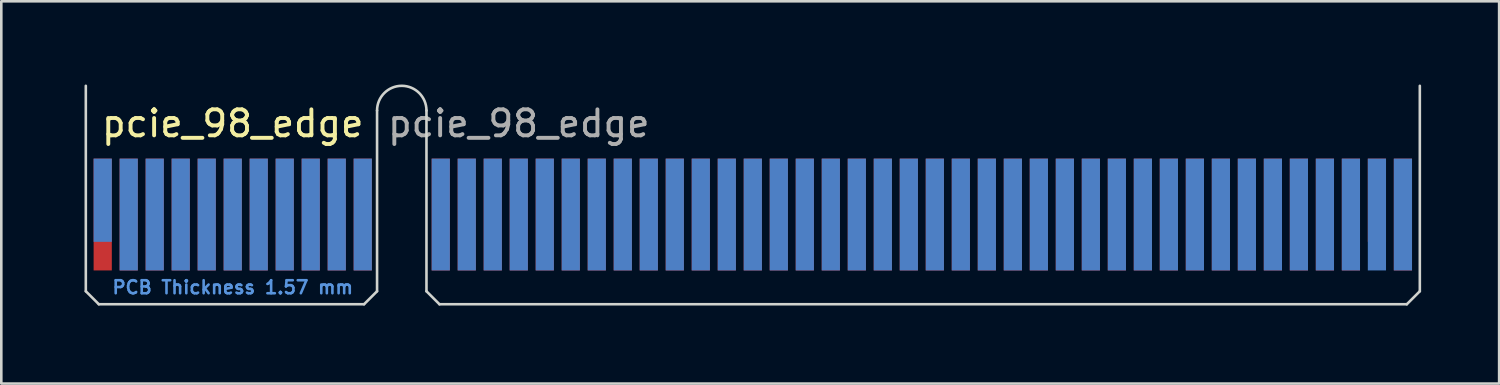
<source format=kicad_pcb>
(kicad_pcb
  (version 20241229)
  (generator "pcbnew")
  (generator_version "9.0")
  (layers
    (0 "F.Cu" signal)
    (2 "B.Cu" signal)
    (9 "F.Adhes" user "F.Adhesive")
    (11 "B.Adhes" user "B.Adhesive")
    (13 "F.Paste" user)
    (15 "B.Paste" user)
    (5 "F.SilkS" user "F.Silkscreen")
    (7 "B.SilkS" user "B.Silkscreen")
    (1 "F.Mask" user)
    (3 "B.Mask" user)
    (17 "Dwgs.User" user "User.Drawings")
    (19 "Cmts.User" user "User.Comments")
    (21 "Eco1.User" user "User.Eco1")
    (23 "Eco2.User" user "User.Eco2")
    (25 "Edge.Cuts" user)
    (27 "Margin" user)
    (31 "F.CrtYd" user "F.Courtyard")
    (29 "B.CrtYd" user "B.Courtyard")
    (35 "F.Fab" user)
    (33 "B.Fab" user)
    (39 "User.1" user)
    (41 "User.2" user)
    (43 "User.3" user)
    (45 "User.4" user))
  (footprint "pcie_98_edge"
    (layer "F.Cu")
    (at 0.25 0.25)
    (property "Reference" "pcie_98_edge" (at 5.65 1.45 0) (layer "F.SilkS") (effects (font (size 1 1) (thickness 0.15))))
    (attr exclude_from_pos_files exclude_from_bom)
    (fp_line (start 0 0) (end 0 7.9) (stroke (width 0.1) (type solid)) (layer "Edge.Cuts"))
    (fp_line (start 0 7.9) (end 0.5 8.4) (stroke (width 0.1) (type solid)) (layer "Edge.Cuts"))
    (fp_line (start 0.5 8.4) (end 10.7 8.4) (stroke (width 0.1) (type solid)) (layer "Edge.Cuts"))
    (fp_line (start 11.2 0.95) (end 11.2 7.9) (stroke (width 0.1) (type solid)) (layer "Edge.Cuts"))
    (fp_line (start 11.2 7.9) (end 10.7 8.4) (stroke (width 0.1) (type solid)) (layer "Edge.Cuts"))
    (fp_line (start 13.1 0.95) (end 13.1 7.9) (stroke (width 0.1) (type solid)) (layer "Edge.Cuts"))
    (fp_line (start 13.1 7.9) (end 13.6 8.4) (stroke (width 0.1) (type solid)) (layer "Edge.Cuts"))
    (fp_line (start 13.6 8.4) (end 50.8 8.4) (stroke (width 0.1) (type solid)) (layer "Edge.Cuts"))
    (fp_line (start 51.3 0) (end 51.3 7.9) (stroke (width 0.1) (type solid)) (layer "Edge.Cuts"))
    (fp_line (start 51.3 7.9) (end 50.8 8.4) (stroke (width 0.1) (type solid)) (layer "Edge.Cuts"))
    (fp_arc (start 11.2 0.95) (mid 12.15 0) (end 13.1 0.95) (stroke (width 0.1) (type solid)) (layer "Edge.Cuts"))
    (fp_text user "PCB Thickness 1.57 mm" (at 5.65 7.75 180) (layer "Cmts.User") (effects (font (size 0.5 0.5) (thickness 0.1))))
    (fp_text user "${REFERENCE}" (at 16.65 1.45 0) (layer "F.Fab") (effects (font (size 1 1) (thickness 0.15))))
    (pad "A1" connect rect (at 0.65 4.4) (size 0.7 3.2) (layers "B.Cu" "B.Mask"))
    (pad "A2" connect rect (at 1.65 4.95) (size 0.7 4.3) (layers "B.Cu" "B.Mask"))
    (pad "A3" connect rect (at 2.65 4.95) (size 0.7 4.3) (layers "B.Cu" "B.Mask"))
    (pad "A4" connect rect (at 3.65 4.95) (size 0.7 4.3) (layers "B.Cu" "B.Mask"))
    (pad "A5" connect rect (at 4.65 4.95) (size 0.7 4.3) (layers "B.Cu" "B.Mask"))
    (pad "A6" connect rect (at 5.65 4.95) (size 0.7 4.3) (layers "B.Cu" "B.Mask"))
    (pad "A7" connect rect (at 6.65 4.95) (size 0.7 4.3) (layers "B.Cu" "B.Mask"))
    (pad "A8" connect rect (at 7.65 4.95) (size 0.7 4.3) (layers "B.Cu" "B.Mask"))
    (pad "A9" connect rect (at 8.65 4.95) (size 0.7 4.3) (layers "B.Cu" "B.Mask"))
    (pad "A10" connect rect (at 9.65 4.95) (size 0.7 4.3) (layers "B.Cu" "B.Mask"))
    (pad "A11" connect rect (at 10.65 4.95) (size 0.7 4.3) (layers "B.Cu" "B.Mask"))
    (pad "A12" connect rect (at 13.65 4.95) (size 0.7 4.3) (layers "B.Cu" "B.Mask"))
    (pad "A13" connect rect (at 14.65 4.95) (size 0.7 4.3) (layers "B.Cu" "B.Mask"))
    (pad "A14" connect rect (at 15.65 4.95) (size 0.7 4.3) (layers "B.Cu" "B.Mask"))
    (pad "A15" connect rect (at 16.65 4.95) (size 0.7 4.3) (layers "B.Cu" "B.Mask"))
    (pad "A16" connect rect (at 17.65 4.95) (size 0.7 4.3) (layers "B.Cu" "B.Mask"))
    (pad "A17" connect rect (at 18.65 4.95) (size 0.7 4.3) (layers "B.Cu" "B.Mask"))
    (pad "A18" connect rect (at 19.65 4.95) (size 0.7 4.3) (layers "B.Cu" "B.Mask"))
    (pad "A19" connect rect (at 20.65 4.95) (size 0.7 4.3) (layers "B.Cu" "B.Mask"))
    (pad "A20" connect rect (at 21.65 4.95) (size 0.7 4.3) (layers "B.Cu" "B.Mask"))
    (pad "A21" connect rect (at 22.65 4.95) (size 0.7 4.3) (layers "B.Cu" "B.Mask"))
    (pad "A22" connect rect (at 23.65 4.95) (size 0.7 4.3) (layers "B.Cu" "B.Mask"))
    (pad "A23" connect rect (at 24.65 4.95) (size 0.7 4.3) (layers "B.Cu" "B.Mask"))
    (pad "A24" connect rect (at 25.65 4.95) (size 0.7 4.3) (layers "B.Cu" "B.Mask"))
    (pad "A25" connect rect (at 26.65 4.95) (size 0.7 4.3) (layers "B.Cu" "B.Mask"))
    (pad "A26" connect rect (at 27.65 4.95) (size 0.7 4.3) (layers "B.Cu" "B.Mask"))
    (pad "A27" connect rect (at 28.65 4.95) (size 0.7 4.3) (layers "B.Cu" "B.Mask"))
    (pad "A28" connect rect (at 29.65 4.95) (size 0.7 4.3) (layers "B.Cu" "B.Mask"))
    (pad "A29" connect rect (at 30.65 4.95) (size 0.7 4.3) (layers "B.Cu" "B.Mask"))
    (pad "A30" connect rect (at 31.65 4.95) (size 0.7 4.3) (layers "B.Cu" "B.Mask"))
    (pad "A31" connect rect (at 32.65 4.95) (size 0.7 4.3) (layers "B.Cu" "B.Mask"))
    (pad "A32" connect rect (at 33.65 4.95) (size 0.7 4.3) (layers "B.Cu" "B.Mask"))
    (pad "A33" connect rect (at 34.65 4.95) (size 0.7 4.3) (layers "B.Cu" "B.Mask"))
    (pad "A34" connect rect (at 35.65 4.95) (size 0.7 4.3) (layers "B.Cu" "B.Mask"))
    (pad "A35" connect rect (at 36.65 4.95) (size 0.7 4.3) (layers "B.Cu" "B.Mask"))
    (pad "A36" connect rect (at 37.65 4.95) (size 0.7 4.3) (layers "B.Cu" "B.Mask"))
    (pad "A37" connect rect (at 38.65 4.95) (size 0.7 4.3) (layers "B.Cu" "B.Mask"))
    (pad "A38" connect rect (at 39.65 4.95) (size 0.7 4.3) (layers "B.Cu" "B.Mask"))
    (pad "A39" connect rect (at 40.65 4.95) (size 0.7 4.3) (layers "B.Cu" "B.Mask"))
    (pad "A40" connect rect (at 41.65 4.95) (size 0.7 4.3) (layers "B.Cu" "B.Mask"))
    (pad "A41" connect rect (at 42.65 4.95) (size 0.7 4.3) (layers "B.Cu" "B.Mask"))
    (pad "A42" connect rect (at 43.65 4.95) (size 0.7 4.3) (layers "B.Cu" "B.Mask"))
    (pad "A43" connect rect (at 44.65 4.95) (size 0.7 4.3) (layers "B.Cu" "B.Mask"))
    (pad "A44" connect rect (at 45.65 4.95) (size 0.7 4.3) (layers "B.Cu" "B.Mask"))
    (pad "A45" connect rect (at 46.65 4.95) (size 0.7 4.3) (layers "B.Cu" "B.Mask"))
    (pad "A46" connect rect (at 47.65 4.95) (size 0.7 4.3) (layers "B.Cu" "B.Mask"))
    (pad "A47" connect rect (at 48.65 4.95) (size 0.7 4.3) (layers "B.Cu" "B.Mask"))
    (pad "A48" connect rect (at 49.65 4.95) (size 0.7 4.3) (layers "B.Cu" "B.Mask"))
    (pad "A49" connect rect (at 50.65 4.95) (size 0.7 4.3) (layers "B.Cu" "B.Mask"))
    (pad "B1" connect rect (at 0.65 4.95) (size 0.7 4.3) (layers "F.Cu" "F.Mask"))
    (pad "B2" connect rect (at 1.65 4.95) (size 0.7 4.3) (layers "F.Cu" "F.Mask"))
    (pad "B3" connect rect (at 2.65 4.95) (size 0.7 4.3) (layers "F.Cu" "F.Mask"))
    (pad "B4" connect rect (at 3.65 4.95) (size 0.7 4.3) (layers "F.Cu" "F.Mask"))
    (pad "B5" connect rect (at 4.65 4.95) (size 0.7 4.3) (layers "F.Cu" "F.Mask"))
    (pad "B6" connect rect (at 5.65 4.95) (size 0.7 4.3) (layers "F.Cu" "F.Mask"))
    (pad "B7" connect rect (at 6.65 4.95) (size 0.7 4.3) (layers "F.Cu" "F.Mask"))
    (pad "B8" connect rect (at 7.65 4.95) (size 0.7 4.3) (layers "F.Cu" "F.Mask"))
    (pad "B9" connect rect (at 8.65 4.95) (size 0.7 4.3) (layers "F.Cu" "F.Mask"))
    (pad "B10" connect rect (at 9.65 4.95) (size 0.7 4.3) (layers "F.Cu" "F.Mask"))
    (pad "B11" connect rect (at 10.65 4.95) (size 0.7 4.3) (layers "F.Cu" "F.Mask"))
    (pad "B12" connect rect (at 13.65 4.95) (size 0.7 4.3) (layers "F.Cu" "F.Mask"))
    (pad "B13" connect rect (at 14.65 4.95) (size 0.7 4.3) (layers "F.Cu" "F.Mask"))
    (pad "B14" connect rect (at 15.65 4.95) (size 0.7 4.3) (layers "F.Cu" "F.Mask"))
    (pad "B15" connect rect (at 16.65 4.95) (size 0.7 4.3) (layers "F.Cu" "F.Mask"))
    (pad "B16" connect rect (at 17.65 4.95) (size 0.7 4.3) (layers "F.Cu" "F.Mask"))
    (pad "B17" connect rect (at 18.65 4.95) (size 0.7 4.3) (layers "F.Cu" "F.Mask"))
    (pad "B18" connect rect (at 19.65 4.95) (size 0.7 4.3) (layers "F.Cu" "F.Mask"))
    (pad "B19" connect rect (at 20.65 4.95) (size 0.7 4.3) (layers "F.Cu" "F.Mask"))
    (pad "B20" connect rect (at 21.65 4.95) (size 0.7 4.3) (layers "F.Cu" "F.Mask"))
    (pad "B21" connect rect (at 22.65 4.95) (size 0.7 4.3) (layers "F.Cu" "F.Mask"))
    (pad "B22" connect rect (at 23.65 4.95) (size 0.7 4.3) (layers "F.Cu" "F.Mask"))
    (pad "B23" connect rect (at 24.65 4.95) (size 0.7 4.3) (layers "F.Cu" "F.Mask"))
    (pad "B24" connect rect (at 25.65 4.95) (size 0.7 4.3) (layers "F.Cu" "F.Mask"))
    (pad "B25" connect rect (at 26.65 4.95) (size 0.7 4.3) (layers "F.Cu" "F.Mask"))
    (pad "B26" connect rect (at 27.65 4.95) (size 0.7 4.3) (layers "F.Cu" "F.Mask"))
    (pad "B27" connect rect (at 28.65 4.95) (size 0.7 4.3) (layers "F.Cu" "F.Mask"))
    (pad "B28" connect rect (at 29.65 4.95) (size 0.7 4.3) (layers "F.Cu" "F.Mask"))
    (pad "B29" connect rect (at 30.65 4.95) (size 0.7 4.3) (layers "F.Cu" "F.Mask"))
    (pad "B30" connect rect (at 31.65 4.95) (size 0.7 4.3) (layers "F.Cu" "F.Mask"))
    (pad "B31" connect rect (at 32.65 4.95) (size 0.7 4.3) (layers "F.Cu" "F.Mask"))
    (pad "B32" connect rect (at 33.65 4.95) (size 0.7 4.3) (layers "F.Cu" "F.Mask"))
    (pad "B33" connect rect (at 34.65 4.95) (size 0.7 4.3) (layers "F.Cu" "F.Mask"))
    (pad "B34" connect rect (at 35.65 4.95) (size 0.7 4.3) (layers "F.Cu" "F.Mask"))
    (pad "B35" connect rect (at 36.65 4.95) (size 0.7 4.3) (layers "F.Cu" "F.Mask"))
    (pad "B36" connect rect (at 37.65 4.95) (size 0.7 4.3) (layers "F.Cu" "F.Mask"))
    (pad "B37" connect rect (at 38.65 4.95) (size 0.7 4.3) (layers "F.Cu" "F.Mask"))
    (pad "B38" connect rect (at 39.65 4.95) (size 0.7 4.3) (layers "F.Cu" "F.Mask"))
    (pad "B39" connect rect (at 40.65 4.95) (size 0.7 4.3) (layers "F.Cu" "F.Mask"))
    (pad "B40" connect rect (at 41.65 4.95) (size 0.7 4.3) (layers "F.Cu" "F.Mask"))
    (pad "B41" connect rect (at 42.65 4.95) (size 0.7 4.3) (layers "F.Cu" "F.Mask"))
    (pad "B42" connect rect (at 43.65 4.95) (size 0.7 4.3) (layers "F.Cu" "F.Mask"))
    (pad "B43" connect rect (at 44.65 4.95) (size 0.7 4.3) (layers "F.Cu" "F.Mask"))
    (pad "B44" connect rect (at 45.65 4.95) (size 0.7 4.3) (layers "F.Cu" "F.Mask"))
    (pad "B45" connect rect (at 46.65 4.95) (size 0.7 4.3) (layers "F.Cu" "F.Mask"))
    (pad "B46" connect rect (at 47.65 4.95) (size 0.7 4.3) (layers "F.Cu" "F.Mask"))
    (pad "B47" connect rect (at 48.65 4.95) (size 0.7 4.3) (layers "F.Cu" "F.Mask"))
    (pad "B48" connect rect (at 49.65 4.4) (size 0.7 3.2) (layers "F.Cu" "F.Mask"))
    (pad "B49" connect rect (at 50.65 4.95) (size 0.7 4.3) (layers "F.Cu" "F.Mask")))
  (gr_rect
    (start -3 -3)
    (end 54.6 11.7)
    (stroke (width 0.1) (type default))
    (fill no)
    (layer "Edge.Cuts")))
</source>
